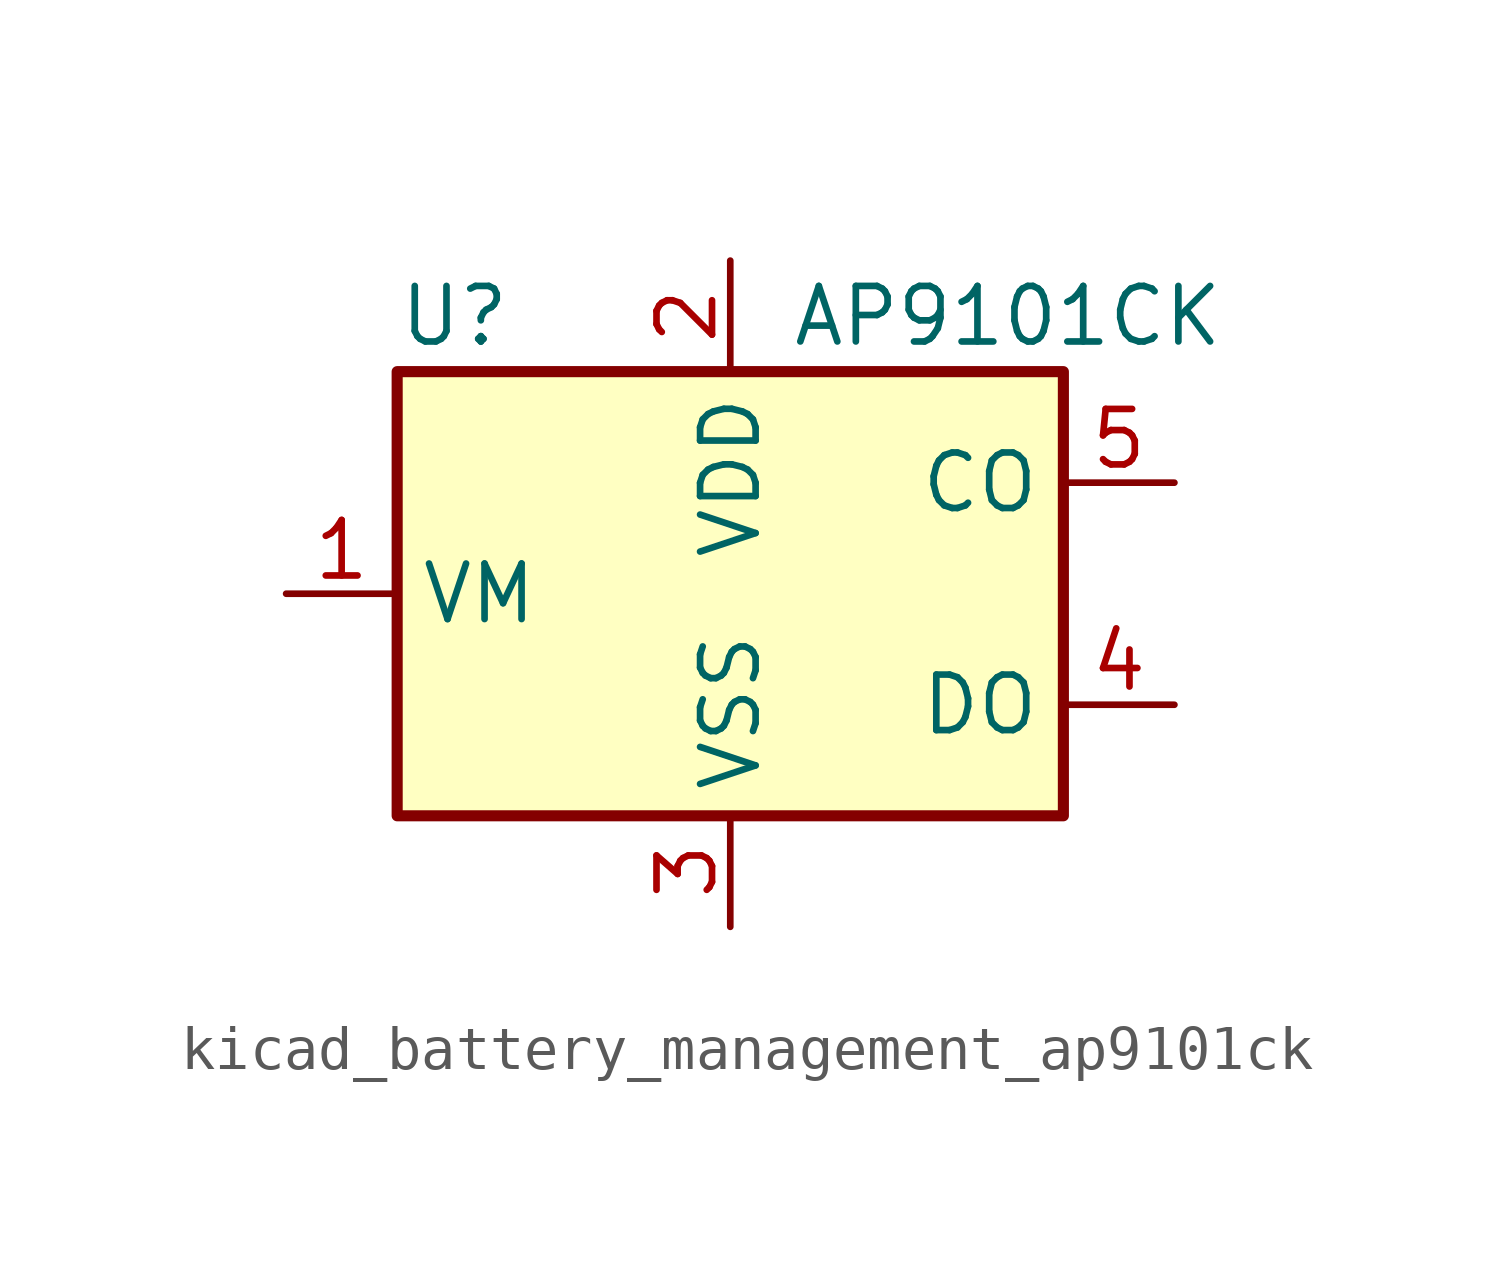
<source format=kicad_sym>
(kicad_symbol_lib
  (version 20220914)
  (generator kicad_symbol_editor)
  (symbol "kicad_battery_management_ap9101ck"
    (property "Reference" "U"
      (at -7.62 6.35 0)
      (effects (font (size 1.27 1.27)) (justify left)))
    (property "Value" "AP9101CK"
      (at 6.35 6.35 0)
      (effects (font (size 1.27 1.27))))
    (symbol "kicad_battery_management_ap9101ck_0_1"
      (rectangle (start -7.62 5.08) (end 7.62 -5.08) (stroke (width 0.254) (type default)) (fill (type background))))
    (symbol "kicad_battery_management_ap9101ck_1_1"
      (pin passive line (at -10.16 0 0) (length 2.54) (name "VM" (effects (font (size 1.27 1.27)))) (number "1" (effects (font (size 1.27 1.27)))))
      (pin power_in line (at 0 7.62 270) (length 2.54) (name "VDD" (effects (font (size 1.27 1.27)))) (number "2" (effects (font (size 1.27 1.27)))))
      (pin power_in line (at 0 -7.62 90) (length 2.54) (name "VSS" (effects (font (size 1.27 1.27)))) (number "3" (effects (font (size 1.27 1.27)))))
      (pin output line (at 10.16 -2.54 180) (length 2.54) (name "DO" (effects (font (size 1.27 1.27)))) (number "4" (effects (font (size 1.27 1.27)))))
      (pin output line (at 10.16 2.54 180) (length 2.54) (name "CO" (effects (font (size 1.27 1.27)))) (number "5" (effects (font (size 1.27 1.27))))))))
</source>
